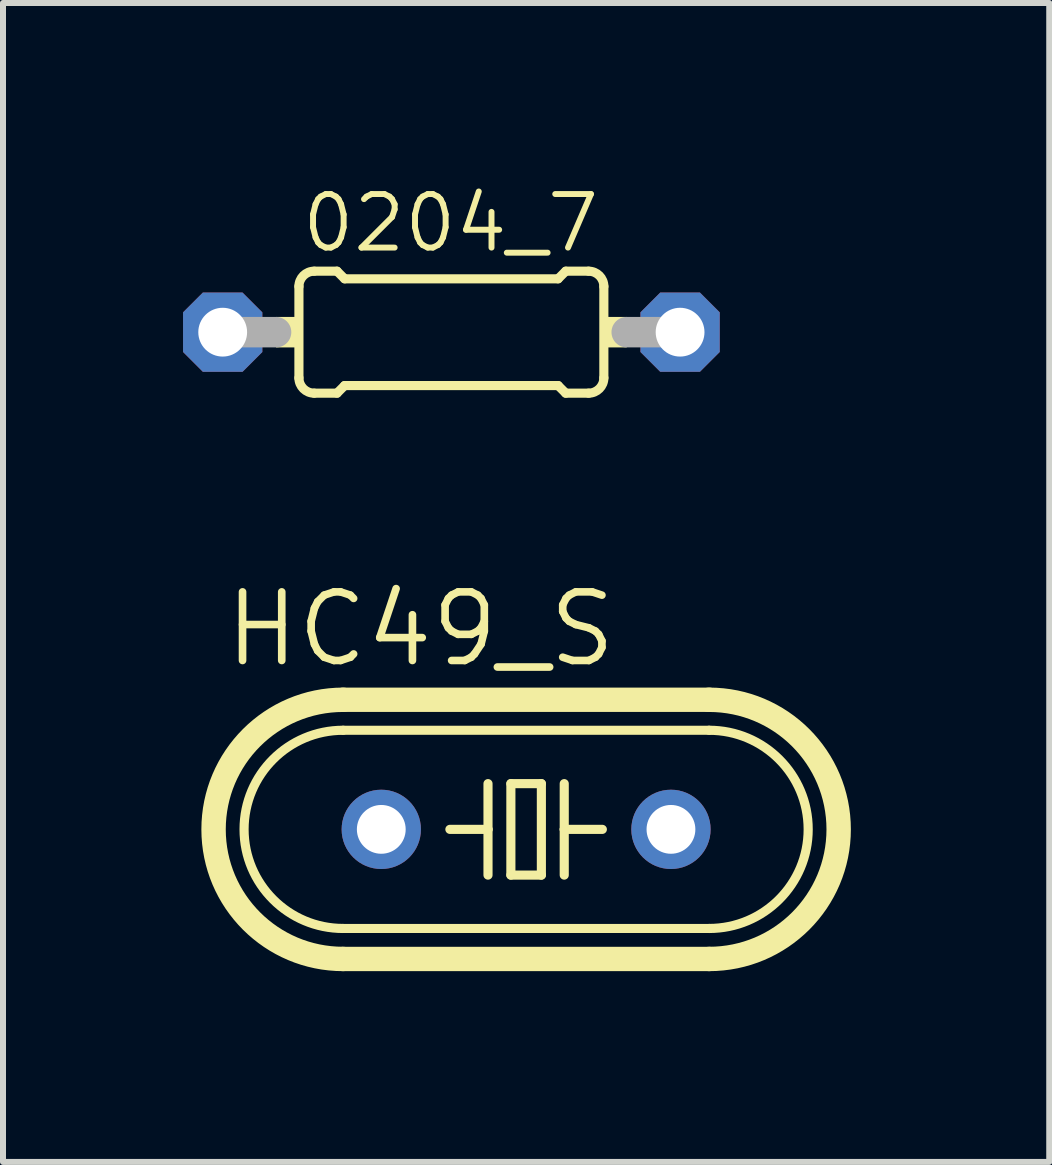
<source format=kicad_pcb>
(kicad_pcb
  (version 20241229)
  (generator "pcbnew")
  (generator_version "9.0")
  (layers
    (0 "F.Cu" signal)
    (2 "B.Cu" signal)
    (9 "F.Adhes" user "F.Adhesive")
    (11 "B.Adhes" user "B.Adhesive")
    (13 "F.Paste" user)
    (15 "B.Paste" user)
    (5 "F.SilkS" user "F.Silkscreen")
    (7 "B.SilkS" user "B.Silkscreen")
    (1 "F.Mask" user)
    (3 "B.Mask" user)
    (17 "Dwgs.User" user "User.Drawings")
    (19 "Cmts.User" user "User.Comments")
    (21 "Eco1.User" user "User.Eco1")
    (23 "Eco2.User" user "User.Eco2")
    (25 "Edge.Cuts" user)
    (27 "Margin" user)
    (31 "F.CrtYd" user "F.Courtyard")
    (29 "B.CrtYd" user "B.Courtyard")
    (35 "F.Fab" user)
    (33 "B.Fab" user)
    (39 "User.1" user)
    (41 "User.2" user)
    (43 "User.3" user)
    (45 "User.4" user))
  (footprint "HC49_S"
    (layer "F.Cu")
    (at 5.715 10.767)
    (property "Reference" "HC49_S" (at -5.08 -2.667 0) (layer "F.SilkS") (effects (font (size 1.143 1.143) (thickness 0.127)) (justify left bottom)))
    (fp_line (start -3.048 -2.159) (end 3.048 -2.159) (stroke (width 0.406) (type solid)) (layer "F.SilkS"))
    (fp_line (start -3.048 1.651) (end 3.048 1.651) (stroke (width 0.152) (type solid)) (layer "F.SilkS"))
    (fp_line (start -3.048 2.159) (end 3.048 2.159) (stroke (width 0.406) (type solid)) (layer "F.SilkS"))
    (fp_line (start -0.635 -0.762) (end -0.635 0) (stroke (width 0.152) (type solid)) (layer "F.SilkS"))
    (fp_line (start -0.635 0) (end -1.27 0) (stroke (width 0.152) (type solid)) (layer "F.SilkS"))
    (fp_line (start -0.635 0) (end -0.635 0.762) (stroke (width 0.152) (type solid)) (layer "F.SilkS"))
    (fp_line (start -0.254 -0.762) (end 0.254 -0.762) (stroke (width 0.152) (type solid)) (layer "F.SilkS"))
    (fp_line (start -0.254 0.762) (end -0.254 -0.762) (stroke (width 0.152) (type solid)) (layer "F.SilkS"))
    (fp_line (start 0.254 -0.762) (end 0.254 0.762) (stroke (width 0.152) (type solid)) (layer "F.SilkS"))
    (fp_line (start 0.254 0.762) (end -0.254 0.762) (stroke (width 0.152) (type solid)) (layer "F.SilkS"))
    (fp_line (start 0.635 -0.762) (end 0.635 0) (stroke (width 0.152) (type solid)) (layer "F.SilkS"))
    (fp_line (start 0.635 0) (end 0.635 0.762) (stroke (width 0.152) (type solid)) (layer "F.SilkS"))
    (fp_line (start 0.635 0) (end 1.27 0) (stroke (width 0.152) (type solid)) (layer "F.SilkS"))
    (fp_line (start 3.048 -1.651) (end -3.048 -1.651) (stroke (width 0.152) (type solid)) (layer "F.SilkS"))
    (fp_arc (start -3.048 1.651) (mid -4.699 0) (end -3.048 -1.651) (stroke (width 0.1524) (type solid)) (layer "F.SilkS"))
    (fp_arc (start -3.048 2.159) (mid -5.207 0) (end -3.048 -2.159) (stroke (width 0.4064) (type solid)) (layer "F.SilkS"))
    (fp_arc (start 3.048 -2.159) (mid 5.207 0) (end 3.048 2.159) (stroke (width 0.4064) (type solid)) (layer "F.SilkS"))
    (fp_arc (start 3.048 -1.651) (mid 4.699 0) (end 3.048 1.651) (stroke (width 0.1524) (type solid)) (layer "F.SilkS"))
    (pad "1" thru_hole circle (at -2.413 0) (size 1.321 1.321) (drill 0.813) (layers "*.Cu" "*.Mask"))
    (pad "2" thru_hole circle (at 2.413 0) (size 1.321 1.321) (drill 0.813) (layers "*.Cu" "*.Mask"))
    (zone (net_name "") (layers "F.Cu" "B.Cu") (hatch edge 0.508) (connect_pads) (min_thickness 0.254) (filled_areas_thickness no) (keepout (tracks allowed) (vias not_allowed) (pads allowed) (copperpour allowed) (footprints allowed)) (placement (enabled no)) (fill) (polygon (pts (xy 0 12.037) (xy 0.635 12.037) (xy 0.635 9.497) (xy 0 9.497))))
    (zone (net_name "") (layers "F.Cu" "B.Cu") (hatch edge 0.508) (connect_pads) (min_thickness 0.254) (filled_areas_thickness no) (keepout (tracks allowed) (vias not_allowed) (pads allowed) (copperpour allowed) (footprints allowed)) (placement (enabled no)) (fill) (polygon (pts (xy 0.635 12.672) (xy 1.27 12.672) (xy 1.27 8.862) (xy 0.635 8.862))))
    (zone (net_name "") (layers "F.Cu" "B.Cu") (hatch edge 0.508) (connect_pads) (min_thickness 0.254) (filled_areas_thickness no) (keepout (tracks allowed) (vias not_allowed) (pads allowed) (copperpour allowed) (footprints allowed)) (placement (enabled no)) (fill) (polygon (pts (xy 1.27 13.307) (xy 10.16 13.307) (xy 10.16 8.227) (xy 1.27 8.227))))
    (zone (net_name "") (layers "F.Cu" "B.Cu") (hatch edge 0.508) (connect_pads) (min_thickness 0.254) (filled_areas_thickness no) (keepout (tracks allowed) (vias not_allowed) (pads allowed) (copperpour allowed) (footprints allowed)) (placement (enabled no)) (fill) (polygon (pts (xy 10.16 12.672) (xy 10.795 12.672) (xy 10.795 8.862) (xy 10.16 8.862))))
    (zone (net_name "") (layers "F.Cu" "B.Cu") (hatch edge 0.508) (connect_pads) (min_thickness 0.254) (filled_areas_thickness no) (keepout (tracks allowed) (vias not_allowed) (pads allowed) (copperpour allowed) (footprints allowed)) (placement (enabled no)) (fill) (polygon (pts (xy 10.795 12.037) (xy 11.43 12.037) (xy 11.43 9.497) (xy 10.795 9.497)))))
  (footprint "0204_7"
    (layer "F.Cu")
    (at 4.47 2.484)
    (property "Reference" "0204_7" (at -2.54 -1.295 0) (layer "F.SilkS") (effects (font (size 0.892 0.892) (thickness 0.099)) (justify left bottom)))
    (fp_line (start -2.54 0.762) (end -2.54 -0.762) (stroke (width 0.152) (type solid)) (layer "F.SilkS"))
    (fp_line (start -2.286 -1.016) (end -1.905 -1.016) (stroke (width 0.152) (type solid)) (layer "F.SilkS"))
    (fp_line (start -2.286 1.016) (end -1.905 1.016) (stroke (width 0.152) (type solid)) (layer "F.SilkS"))
    (fp_line (start -1.778 -0.889) (end -1.905 -1.016) (stroke (width 0.152) (type solid)) (layer "F.SilkS"))
    (fp_line (start -1.778 0.889) (end -1.905 1.016) (stroke (width 0.152) (type solid)) (layer "F.SilkS"))
    (fp_line (start 1.778 -0.889) (end -1.778 -0.889) (stroke (width 0.152) (type solid)) (layer "F.SilkS"))
    (fp_line (start 1.778 -0.889) (end 1.905 -1.016) (stroke (width 0.152) (type solid)) (layer "F.SilkS"))
    (fp_line (start 1.778 0.889) (end -1.778 0.889) (stroke (width 0.152) (type solid)) (layer "F.SilkS"))
    (fp_line (start 1.778 0.889) (end 1.905 1.016) (stroke (width 0.152) (type solid)) (layer "F.SilkS"))
    (fp_line (start 2.286 -1.016) (end 1.905 -1.016) (stroke (width 0.152) (type solid)) (layer "F.SilkS"))
    (fp_line (start 2.286 1.016) (end 1.905 1.016) (stroke (width 0.152) (type solid)) (layer "F.SilkS"))
    (fp_line (start 2.54 0.762) (end 2.54 -0.762) (stroke (width 0.152) (type solid)) (layer "F.SilkS"))
    (fp_arc (start -2.54 -0.762) (mid -2.465605 -0.941605) (end -2.286 -1.016) (stroke (width 0.1524) (type solid)) (layer "F.SilkS"))
    (fp_arc (start -2.286 1.016) (mid -2.465605 0.941605) (end -2.54 0.762) (stroke (width 0.1524) (type solid)) (layer "F.SilkS"))
    (fp_arc (start 2.286 -1.016) (mid 2.465605 -0.941605) (end 2.54 -0.762) (stroke (width 0.1524) (type solid)) (layer "F.SilkS"))
    (fp_arc (start 2.54 0.762) (mid 2.465605 0.941605) (end 2.286 1.016) (stroke (width 0.1524) (type solid)) (layer "F.SilkS"))
    (fp_poly (pts (xy -2.921 0.254) (xy -2.54 0.254) (xy -2.54 -0.254) (xy -2.921 -0.254)) (stroke (width 0) (type solid)) (fill yes) (layer "F.SilkS"))
    (fp_poly (pts (xy 2.54 0.254) (xy 2.921 0.254) (xy 2.921 -0.254) (xy 2.54 -0.254)) (stroke (width 0) (type solid)) (fill yes) (layer "F.SilkS"))
    (fp_line (start -3.81 0) (end -2.921 0) (stroke (width 0.508) (type solid)) (layer "F.Fab"))
    (fp_line (start 3.81 0) (end 2.921 0) (stroke (width 0.508) (type solid)) (layer "F.Fab"))
    (pad "1" thru_hole roundrect (at -3.81 0) (size 1.321 1.321) (drill 0.813) (layers "*.Cu" "*.Mask") (roundrect_rratio 0.25) (chamfer_ratio 0.25) (chamfer top_left top_right bottom_left bottom_right))
    (pad "2" thru_hole roundrect (at 3.81 0) (size 1.321 1.321) (drill 0.813) (layers "*.Cu" "*.Mask") (roundrect_rratio 0.25) (chamfer_ratio 0.25) (chamfer top_left top_right bottom_left bottom_right)))
  (gr_rect
    (start -3 -3)
    (end 14.43 16.307)
    (stroke (width 0.1) (type default))
    (fill no)
    (layer "Edge.Cuts")))
</source>
